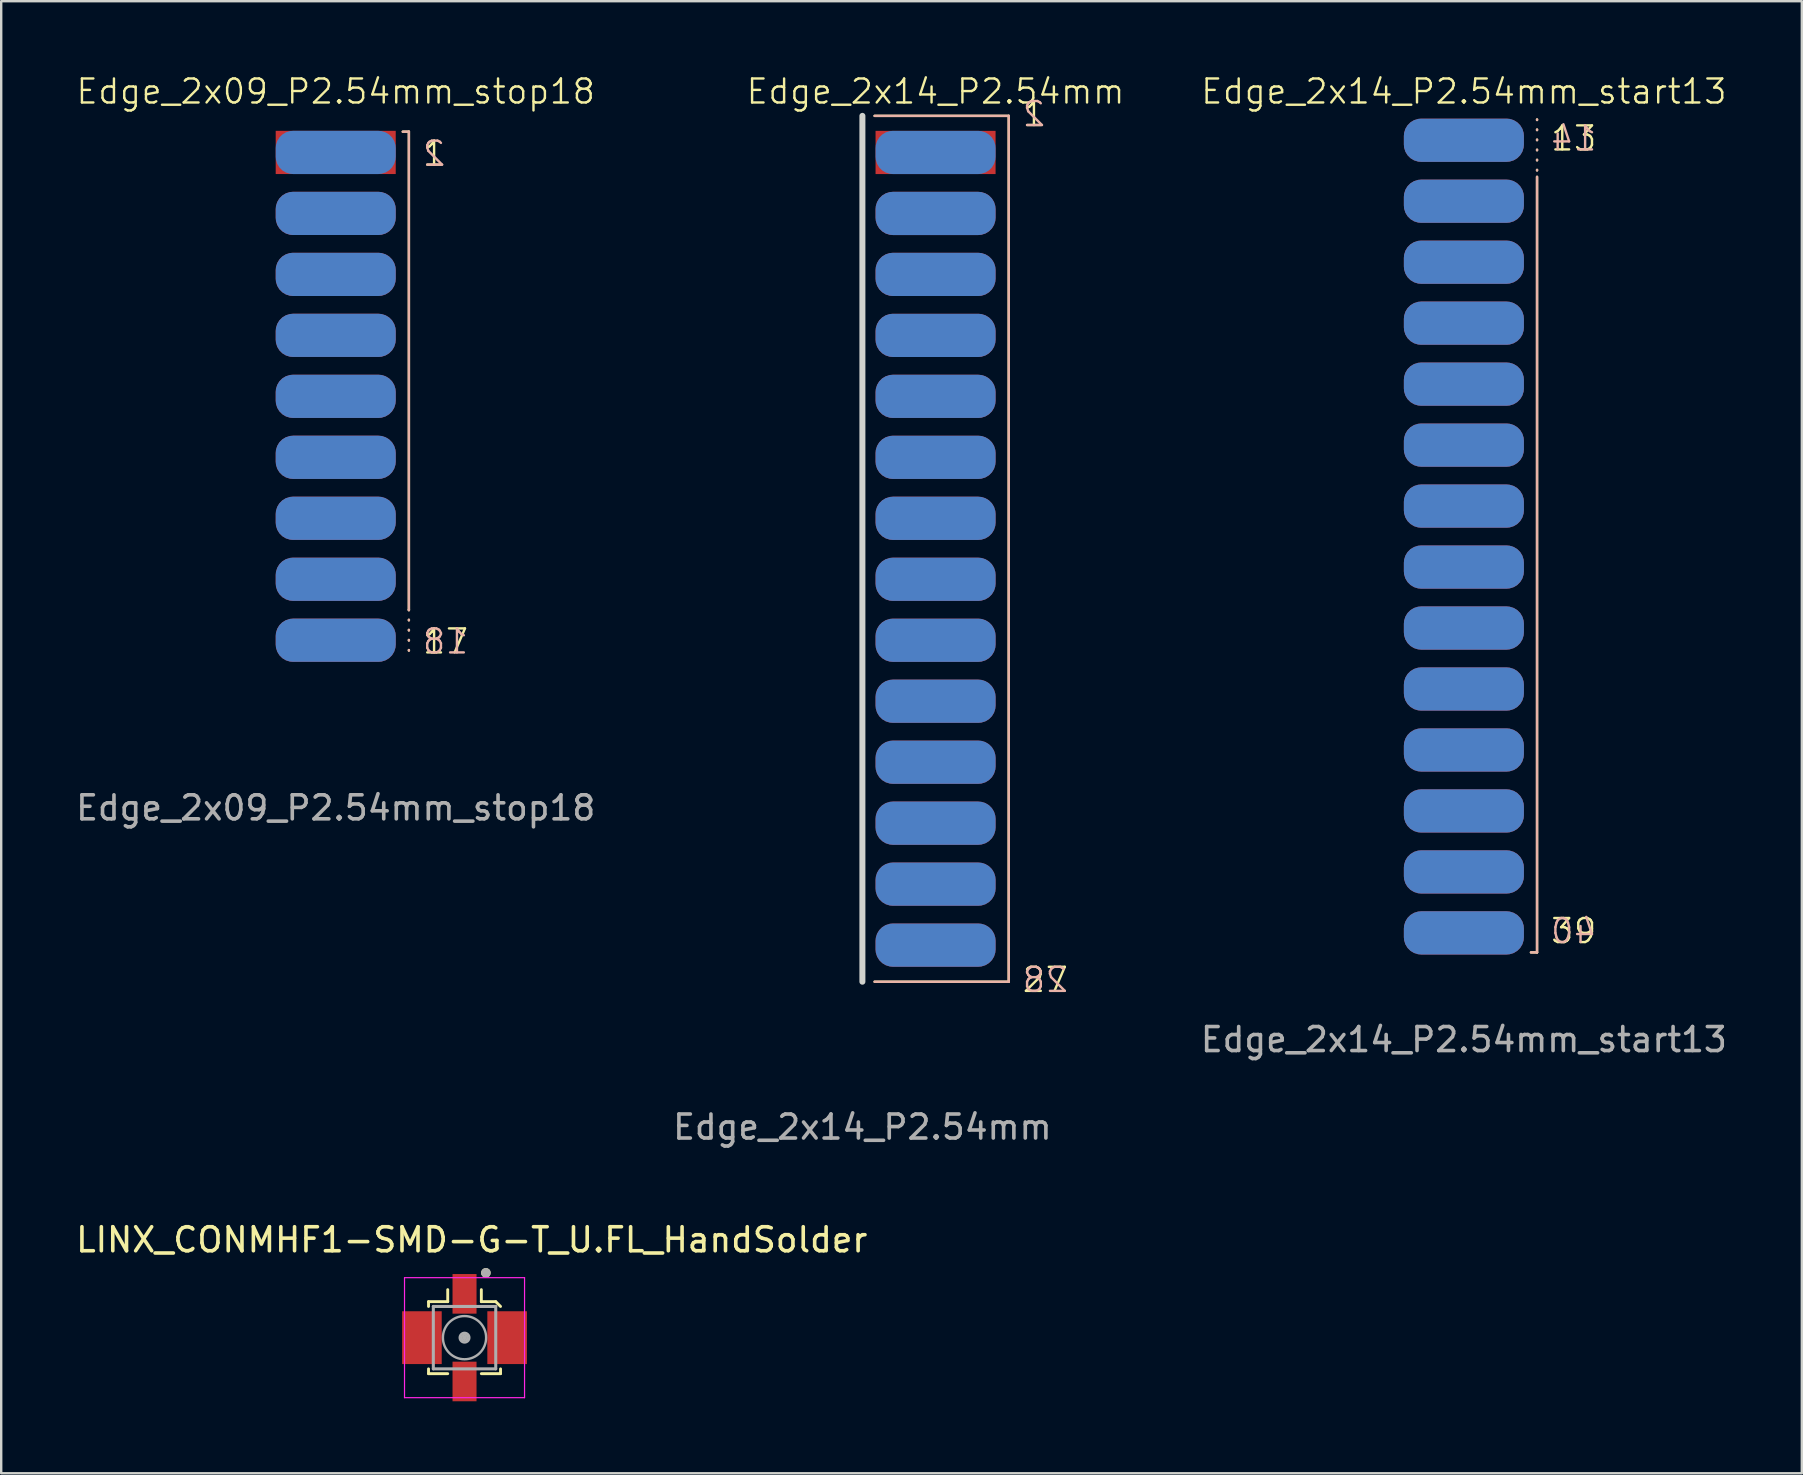
<source format=kicad_pcb>
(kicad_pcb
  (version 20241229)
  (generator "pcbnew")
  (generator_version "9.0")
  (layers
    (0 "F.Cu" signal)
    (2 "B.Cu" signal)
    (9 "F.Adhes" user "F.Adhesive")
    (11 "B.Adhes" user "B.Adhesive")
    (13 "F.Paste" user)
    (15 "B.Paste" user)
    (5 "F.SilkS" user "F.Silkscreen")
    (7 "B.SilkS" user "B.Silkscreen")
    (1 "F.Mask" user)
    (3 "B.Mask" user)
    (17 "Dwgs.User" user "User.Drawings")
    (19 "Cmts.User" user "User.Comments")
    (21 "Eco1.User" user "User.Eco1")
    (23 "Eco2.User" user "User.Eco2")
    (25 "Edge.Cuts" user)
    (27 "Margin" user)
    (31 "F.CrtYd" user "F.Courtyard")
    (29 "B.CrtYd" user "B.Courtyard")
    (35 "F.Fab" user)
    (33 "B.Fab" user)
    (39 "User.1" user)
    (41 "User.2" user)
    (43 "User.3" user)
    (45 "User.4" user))
  (footprint "LINX_CONMHF1-SMD-G-T_U.FL_HandSolder"
    (layer "F.Cu")
    (at 16.301 52.673)
    (property "Reference" "LINX_CONMHF1-SMD-G-T_U.FL_HandSolder" (at 0.3 -4.076 0) (layer "F.SilkS") (effects (font (size 1 1) (thickness 0.15))))
    (attr smd)
    (fp_line (start -1.5 -1.5) (end -0.7 -1.5) (stroke (width 0.12) (type solid)) (layer "F.SilkS"))
    (fp_line (start -1.5 -1.3) (end -1.5 -1.5) (stroke (width 0.12) (type solid)) (layer "F.SilkS"))
    (fp_line (start -1.5 1.5) (end -1.5 1.3) (stroke (width 0.12) (type solid)) (layer "F.SilkS"))
    (fp_line (start -0.7 -1.5) (end -0.7 -2) (stroke (width 0.12) (type solid)) (layer "F.SilkS"))
    (fp_line (start -0.7 1.5) (end -1.5 1.5) (stroke (width 0.12) (type solid)) (layer "F.SilkS"))
    (fp_line (start 0.7 -1.5) (end 0.7 -2) (stroke (width 0.12) (type solid)) (layer "F.SilkS"))
    (fp_line (start 0.7 -1.5) (end 1.3 -1.5) (stroke (width 0.12) (type solid)) (layer "F.SilkS"))
    (fp_line (start 1.3 -1.5) (end 1.5 -1.3) (stroke (width 0.12) (type solid)) (layer "F.SilkS"))
    (fp_line (start 1.5 1.3) (end 1.5 1.5) (stroke (width 0.12) (type solid)) (layer "F.SilkS"))
    (fp_line (start 1.5 1.5) (end 0.7 1.5) (stroke (width 0.12) (type solid)) (layer "F.SilkS"))
    (fp_circle (center 0.889 -2.7) (end 0.989 -2.7) (stroke (width 0.2) (type solid)) (fill no) (layer "F.SilkS"))
    (fp_line (start -2.5 -2.5) (end -2.5 2.5) (stroke (width 0.05) (type solid)) (layer "F.CrtYd"))
    (fp_line (start -2.5 2.5) (end 2.5 2.5) (stroke (width 0.05) (type solid)) (layer "F.CrtYd"))
    (fp_line (start 2.5 -2.5) (end -2.5 -2.5) (stroke (width 0.05) (type solid)) (layer "F.CrtYd"))
    (fp_line (start 2.5 2.5) (end 2.5 -2.5) (stroke (width 0.05) (type solid)) (layer "F.CrtYd"))
    (fp_line (start -1.3 -1.3) (end -1.3 1.3) (stroke (width 0.127) (type solid)) (layer "F.Fab"))
    (fp_line (start -1.3 1.3) (end 1.3 1.3) (stroke (width 0.127) (type solid)) (layer "F.Fab"))
    (fp_line (start 1.3 -1.3) (end -1.3 -1.3) (stroke (width 0.127) (type solid)) (layer "F.Fab"))
    (fp_line (start 1.3 1.3) (end 1.3 -1.3) (stroke (width 0.127) (type solid)) (layer "F.Fab"))
    (fp_circle (center 0 0) (end -0.9 0) (stroke (width 0.1) (type solid)) (fill no) (layer "F.Fab"))
    (fp_circle (center 0 0) (end 0 -0.2) (stroke (width 0.1) (type solid)) (fill no) (layer "F.Fab"))
    (fp_circle (center 0 0) (end 0 -0.125) (stroke (width 0.1) (type solid)) (fill no) (layer "F.Fab"))
    (fp_circle (center 0 0) (end 0 -0.05) (stroke (width 0.1) (type solid)) (fill no) (layer "F.Fab"))
    (fp_circle (center 0.889 -2.7) (end 0.989 -2.7) (stroke (width 0.2) (type solid)) (fill no) (layer "F.Fab"))
    (pad "1" smd rect (at 0 -1.525) (size 1 1.65) (drill (offset 0 -0.3)) (layers "F.Cu" "F.Mask" "F.Paste"))
    (pad "2" smd rect (at -1.475 0) (size 1.65 2.2) (drill (offset -0.3 0)) (layers "F.Cu" "F.Mask" "F.Paste"))
    (pad "2" smd rect (at 0 1.525) (size 1 1.65) (drill (offset 0 0.3)) (layers "F.Cu" "F.Mask" "F.Paste"))
    (pad "2" smd rect (at 1.475 0) (size 1.65 2.2) (drill (offset 0.3 0)) (layers "F.Cu" "F.Mask" "F.Paste"))
    (zone (net_name "") (layer "F.Cu") (hatch full 0.508) (connect_pads) (min_thickness 0.01) (filled_areas_thickness no) (keepout (tracks not_allowed) (vias not_allowed) (pads not_allowed) (copperpour not_allowed) (footprints allowed)) (placement (enabled no)) (fill) (polygon (pts (xy 15.351 51.673) (xy 17.251 51.673) (xy 17.251 53.673) (xy 15.351 53.673))))
    (zone (net_name "") (layers "F.Cu" "B.Cu") (hatch full 0.508) (connect_pads) (min_thickness 0.01) (filled_areas_thickness no) (keepout (tracks allowed) (vias not_allowed) (pads allowed) (copperpour allowed) (footprints allowed)) (placement (enabled no)) (fill) (polygon (pts (xy 15.351 51.673) (xy 17.251 51.673) (xy 17.251 53.673) (xy 15.351 53.673))))
    (zone (net_name "") (layer "B.Cu") (hatch full 0.508) (connect_pads) (min_thickness 0.01) (filled_areas_thickness no) (keepout (tracks not_allowed) (vias not_allowed) (pads not_allowed) (copperpour not_allowed) (footprints allowed)) (placement (enabled no)) (fill) (polygon (pts (xy 15.351 51.673) (xy 17.251 51.673) (xy 17.251 53.673) (xy 15.351 53.673)))))
  (footprint "Edge_2x14_P2.54mm_start13"
    (layer "F.Cu")
    (at 57.931 2.792)
    (property "Reference" "Edge_2x14_P2.54mm_start13" (at 0 -2.032 0) (unlocked yes) (layer "F.SilkS") (effects (font (size 1 1) (thickness 0.1))))
    (fp_line (start 3.048 -0.864) (end 3.048 1.524) (stroke (width 0.1) (type dot)) (layer "F.SilkS"))
    (fp_line (start 3.048 1.524) (end 3.048 33.833) (stroke (width 0.1) (type default)) (layer "F.SilkS"))
    (fp_line (start 3.048 33.833) (end 2.794 33.833) (stroke (width 0.1) (type default)) (layer "F.SilkS"))
    (fp_line (start 3.048 -0.864) (end 3.048 1.524) (stroke (width 0.1) (type dot)) (layer "B.SilkS"))
    (fp_line (start 3.048 1.524) (end 3.048 33.833) (stroke (width 0.1) (type default)) (layer "B.SilkS"))
    (fp_line (start 3.048 33.833) (end 2.794 33.833) (stroke (width 0.1) (type default)) (layer "B.SilkS"))
    (fp_text user "39" (at 3.556 33.528 0) (unlocked yes) (layer "F.SilkS") (effects (font (size 1 1) (thickness 0.1)) (justify left bottom)))
    (fp_text user "13" (at 3.556 0.508 0) (unlocked yes) (layer "F.SilkS") (effects (font (size 1 1) (thickness 0.1)) (justify left bottom)))
    (fp_text user "14" (at 3.556 0.508 0) (unlocked yes) (layer "B.SilkS") (effects (font (size 1 1) (thickness 0.1)) (justify right bottom mirror)))
    (fp_text user "40" (at 3.556 33.528 0) (unlocked yes) (layer "B.SilkS") (effects (font (size 1 1) (thickness 0.1)) (justify right bottom mirror)))
    (fp_text user "${REFERENCE}" (at 0 37.465 0) (unlocked yes) (layer "F.Fab") (effects (font (size 1 1) (thickness 0.15))))
    (pad "13" connect roundrect (at 0 0) (size 5 1.8) (layers "F.Cu" "F.Mask") (roundrect_rratio 0.4))
    (pad "14" connect roundrect (at 0 0) (size 5 1.8) (layers "B.Cu" "B.Mask") (roundrect_rratio 0.4))
    (pad "15" connect roundrect (at 0 2.54) (size 5 1.8) (layers "F.Cu" "F.Mask") (roundrect_rratio 0.4))
    (pad "16" connect roundrect (at 0 2.54) (size 5 1.8) (layers "B.Cu" "B.Mask") (roundrect_rratio 0.4))
    (pad "17" connect roundrect (at 0 5.08) (size 5 1.8) (layers "F.Cu" "F.Mask") (roundrect_rratio 0.4))
    (pad "18" connect roundrect (at 0 5.08) (size 5 1.8) (layers "B.Cu" "B.Mask") (roundrect_rratio 0.4))
    (pad "19" connect roundrect (at 0 7.62) (size 5 1.8) (layers "F.Cu" "F.Mask") (roundrect_rratio 0.4))
    (pad "20" connect roundrect (at 0 7.62) (size 5 1.8) (layers "B.Cu" "B.Mask") (roundrect_rratio 0.4))
    (pad "21" connect roundrect (at 0 10.16) (size 5 1.8) (layers "F.Cu" "F.Mask") (roundrect_rratio 0.4))
    (pad "22" connect roundrect (at 0 10.16) (size 5 1.8) (layers "B.Cu" "B.Mask") (roundrect_rratio 0.4))
    (pad "23" connect roundrect (at 0 12.7) (size 5 1.8) (layers "F.Cu" "F.Mask") (roundrect_rratio 0.4))
    (pad "24" connect roundrect (at 0 12.7) (size 5 1.8) (layers "B.Cu" "B.Mask") (roundrect_rratio 0.4))
    (pad "25" connect roundrect (at 0 15.24) (size 5 1.8) (layers "F.Cu" "F.Mask") (roundrect_rratio 0.4))
    (pad "26" connect roundrect (at 0 15.24) (size 5 1.8) (layers "B.Cu" "B.Mask") (roundrect_rratio 0.4))
    (pad "27" connect roundrect (at 0 17.78) (size 5 1.8) (layers "F.Cu" "F.Mask") (roundrect_rratio 0.4))
    (pad "28" connect roundrect (at 0 17.78) (size 5 1.8) (layers "B.Cu" "B.Mask") (roundrect_rratio 0.4))
    (pad "29" connect roundrect (at 0 20.32) (size 5 1.8) (layers "F.Cu" "F.Mask") (roundrect_rratio 0.4))
    (pad "30" connect roundrect (at 0 20.32) (size 5 1.8) (layers "B.Cu" "B.Mask") (roundrect_rratio 0.4))
    (pad "31" connect roundrect (at 0 22.86) (size 5 1.8) (layers "F.Cu" "F.Mask") (roundrect_rratio 0.4))
    (pad "32" connect roundrect (at 0 22.86) (size 5 1.8) (layers "B.Cu" "B.Mask") (roundrect_rratio 0.4))
    (pad "33" connect roundrect (at 0 25.4) (size 5 1.8) (layers "F.Cu" "F.Mask") (roundrect_rratio 0.4))
    (pad "34" connect roundrect (at 0 25.4) (size 5 1.8) (layers "B.Cu" "B.Mask") (roundrect_rratio 0.4))
    (pad "35" connect roundrect (at 0 27.94) (size 5 1.8) (layers "F.Cu" "F.Mask") (roundrect_rratio 0.4))
    (pad "36" connect roundrect (at 0 27.94) (size 5 1.8) (layers "B.Cu" "B.Mask") (roundrect_rratio 0.4))
    (pad "37" connect roundrect (at 0 30.48) (size 5 1.8) (layers "F.Cu" "F.Mask") (roundrect_rratio 0.4))
    (pad "38" connect roundrect (at 0 30.48) (size 5 1.8) (layers "B.Cu" "B.Mask") (roundrect_rratio 0.4))
    (pad "39" connect roundrect (at 0 33.02) (size 5 1.8) (layers "F.Cu" "F.Mask") (roundrect_rratio 0.4))
    (pad "40" connect roundrect (at 0 33.02) (size 5 1.8) (layers "B.Cu" "B.Mask") (roundrect_rratio 0.4)))
  (footprint "Edge_2x14_P2.54mm"
    (layer "F.Cu")
    (at 32.875 41.401)
    (property "Reference" "Edge_2x14_P2.54mm" (at 3.048 -40.64 0) (unlocked yes) (layer "F.SilkS") (effects (font (size 1 1) (thickness 0.1))))
    (fp_line (start 0.508 -39.624) (end 6.096 -39.624) (stroke (width 0.1) (type default)) (layer "F.SilkS"))
    (fp_line (start 6.096 -39.624) (end 6.096 -3.556) (stroke (width 0.1) (type default)) (layer "F.SilkS"))
    (fp_line (start 6.096 -3.556) (end 0.508 -3.556) (stroke (width 0.1) (type default)) (layer "F.SilkS"))
    (fp_line (start 0.508 -39.624) (end 6.096 -39.624) (stroke (width 0.1) (type default)) (layer "B.SilkS"))
    (fp_line (start 6.096 -39.624) (end 6.096 -3.556) (stroke (width 0.1) (type default)) (layer "B.SilkS"))
    (fp_line (start 6.096 -3.556) (end 0.508 -3.556) (stroke (width 0.1) (type default)) (layer "B.SilkS"))
    (fp_line (start 0 -39.624) (end 0 -3.556) (stroke (width 0.25) (type default)) (layer "Edge.Cuts"))
    (fp_text user "27" (at 6.604 -3.048 0) (unlocked yes) (layer "F.SilkS") (effects (font (size 1 1) (thickness 0.1)) (justify left bottom)))
    (fp_text user "1" (at 6.604 -39.116 0) (unlocked yes) (layer "F.SilkS") (effects (font (size 1 1) (thickness 0.1)) (justify left bottom)))
    (fp_text user "28" (at 6.604 -3.048 0) (unlocked yes) (layer "B.SilkS") (effects (font (size 1 1) (thickness 0.1)) (justify right bottom mirror)))
    (fp_text user "2" (at 6.604 -39.116 0) (unlocked yes) (layer "B.SilkS") (effects (font (size 1 1) (thickness 0.1)) (justify right bottom mirror)))
    (fp_text user "${REFERENCE}" (at 0 2.5 0) (unlocked yes) (layer "F.Fab") (effects (font (size 1 1) (thickness 0.15))))
    (pad "1" connect rect (at 3.048 -38.1) (size 5 1.8) (layers "F.Cu" "F.Mask"))
    (pad "2" connect roundrect (at 3.048 -38.1) (size 5 1.8) (layers "B.Cu" "B.Mask") (roundrect_rratio 0.4))
    (pad "3" connect roundrect (at 3.048 -35.56) (size 5 1.8) (layers "F.Cu" "F.Mask") (roundrect_rratio 0.4))
    (pad "4" connect roundrect (at 3.048 -35.56) (size 5 1.8) (layers "B.Cu" "B.Mask") (roundrect_rratio 0.4))
    (pad "5" connect roundrect (at 3.048 -33.02) (size 5 1.8) (layers "F.Cu" "F.Mask") (roundrect_rratio 0.4))
    (pad "6" connect roundrect (at 3.048 -33.02) (size 5 1.8) (layers "B.Cu" "B.Mask") (roundrect_rratio 0.4))
    (pad "7" connect roundrect (at 3.048 -30.48) (size 5 1.8) (layers "F.Cu" "F.Mask") (roundrect_rratio 0.4))
    (pad "8" connect roundrect (at 3.048 -30.48) (size 5 1.8) (layers "B.Cu" "B.Mask") (roundrect_rratio 0.4))
    (pad "9" connect roundrect (at 3.048 -27.94) (size 5 1.8) (layers "F.Cu" "F.Mask") (roundrect_rratio 0.4))
    (pad "10" connect roundrect (at 3.048 -27.94) (size 5 1.8) (layers "B.Cu" "B.Mask") (roundrect_rratio 0.4))
    (pad "11" connect roundrect (at 3.048 -25.4) (size 5 1.8) (layers "F.Cu" "F.Mask") (roundrect_rratio 0.4))
    (pad "12" connect roundrect (at 3.048 -25.4) (size 5 1.8) (layers "B.Cu" "B.Mask") (roundrect_rratio 0.4))
    (pad "13" connect roundrect (at 3.048 -22.86) (size 5 1.8) (layers "F.Cu" "F.Mask") (roundrect_rratio 0.4))
    (pad "14" connect roundrect (at 3.048 -22.86) (size 5 1.8) (layers "B.Cu" "B.Mask") (roundrect_rratio 0.4))
    (pad "15" connect roundrect (at 3.048 -20.32) (size 5 1.8) (layers "F.Cu" "F.Mask") (roundrect_rratio 0.4))
    (pad "16" connect roundrect (at 3.048 -20.32) (size 5 1.8) (layers "B.Cu" "B.Mask") (roundrect_rratio 0.4))
    (pad "17" connect roundrect (at 3.048 -17.78) (size 5 1.8) (layers "F.Cu" "F.Mask") (roundrect_rratio 0.4))
    (pad "18" connect roundrect (at 3.048 -17.78) (size 5 1.8) (layers "B.Cu" "B.Mask") (roundrect_rratio 0.4))
    (pad "19" connect roundrect (at 3.048 -15.24) (size 5 1.8) (layers "F.Cu" "F.Mask") (roundrect_rratio 0.4))
    (pad "20" connect roundrect (at 3.048 -15.24) (size 5 1.8) (layers "B.Cu" "B.Mask") (roundrect_rratio 0.4))
    (pad "21" connect roundrect (at 3.048 -12.7) (size 5 1.8) (layers "F.Cu" "F.Mask") (roundrect_rratio 0.4))
    (pad "22" connect roundrect (at 3.048 -12.7) (size 5 1.8) (layers "B.Cu" "B.Mask") (roundrect_rratio 0.4))
    (pad "23" connect roundrect (at 3.048 -10.16) (size 5 1.8) (layers "F.Cu" "F.Mask") (roundrect_rratio 0.4))
    (pad "24" connect roundrect (at 3.048 -10.16) (size 5 1.8) (layers "B.Cu" "B.Mask") (roundrect_rratio 0.4))
    (pad "25" connect roundrect (at 3.048 -7.62) (size 5 1.8) (layers "F.Cu" "F.Mask") (roundrect_rratio 0.4))
    (pad "26" connect roundrect (at 3.048 -7.62) (size 5 1.8) (layers "B.Cu" "B.Mask") (roundrect_rratio 0.4))
    (pad "27" connect roundrect (at 3.048 -5.08) (size 5 1.8) (layers "F.Cu" "F.Mask") (roundrect_rratio 0.4))
    (pad "28" connect roundrect (at 3.048 -5.08) (size 5 1.8) (layers "B.Cu" "B.Mask") (roundrect_rratio 0.4)))
  (footprint "Edge_2x09_P2.54mm_stop18"
    (layer "F.Cu")
    (at 10.935 3.3)
    (property "Reference" "Edge_2x09_P2.54mm_stop18" (at 0 -2.54 0) (unlocked yes) (layer "F.SilkS") (effects (font (size 1 1) (thickness 0.1))))
    (fp_line (start 2.794 -0.864) (end 3.048 -0.864) (stroke (width 0.1) (type default)) (layer "F.SilkS"))
    (fp_line (start 3.048 -0.864) (end 3.048 19.05) (stroke (width 0.1) (type default)) (layer "F.SilkS"))
    (fp_line (start 3.048 19.05) (end 3.048 21.082) (stroke (width 0.1) (type dot)) (layer "F.SilkS"))
    (fp_line (start 2.794 -0.864) (end 3.048 -0.864) (stroke (width 0.1) (type default)) (layer "B.SilkS"))
    (fp_line (start 3.048 -0.864) (end 3.048 19.05) (stroke (width 0.1) (type default)) (layer "B.SilkS"))
    (fp_line (start 3.048 19.05) (end 3.048 21.082) (stroke (width 0.1) (type dot)) (layer "B.SilkS"))
    (fp_text user "1" (at 3.556 0.635 0) (unlocked yes) (layer "F.SilkS") (effects (font (size 1 1) (thickness 0.1)) (justify left bottom)))
    (fp_text user "17" (at 3.556 20.955 0) (unlocked yes) (layer "F.SilkS") (effects (font (size 1 1) (thickness 0.1)) (justify left bottom)))
    (fp_text user "18" (at 3.556 20.955 0) (unlocked yes) (layer "B.SilkS") (effects (font (size 1 1) (thickness 0.1)) (justify right bottom mirror)))
    (fp_text user "2" (at 3.556 0.635 0) (unlocked yes) (layer "B.SilkS") (effects (font (size 1 1) (thickness 0.1)) (justify right bottom mirror)))
    (fp_text user "${REFERENCE}" (at 0 27.305 0) (unlocked yes) (layer "F.Fab") (effects (font (size 1 1) (thickness 0.15))))
    (pad "1" connect rect (at 0 0) (size 5 1.8) (layers "F.Cu" "F.Mask"))
    (pad "2" connect roundrect (at 0 0) (size 5 1.8) (layers "B.Cu" "B.Mask") (roundrect_rratio 0.4))
    (pad "3" connect roundrect (at 0 2.54) (size 5 1.8) (layers "F.Cu" "F.Mask") (roundrect_rratio 0.4))
    (pad "4" connect roundrect (at 0 2.54) (size 5 1.8) (layers "B.Cu" "B.Mask") (roundrect_rratio 0.4))
    (pad "5" connect roundrect (at 0 5.08) (size 5 1.8) (layers "F.Cu" "F.Mask") (roundrect_rratio 0.4))
    (pad "6" connect roundrect (at 0 5.08) (size 5 1.8) (layers "B.Cu" "B.Mask") (roundrect_rratio 0.4))
    (pad "7" connect roundrect (at 0 7.62) (size 5 1.8) (layers "F.Cu" "F.Mask") (roundrect_rratio 0.4))
    (pad "8" connect roundrect (at 0 7.62) (size 5 1.8) (layers "B.Cu" "B.Mask") (roundrect_rratio 0.4))
    (pad "9" connect roundrect (at 0 10.16) (size 5 1.8) (layers "F.Cu" "F.Mask") (roundrect_rratio 0.4))
    (pad "10" connect roundrect (at 0 10.16) (size 5 1.8) (layers "B.Cu" "B.Mask") (roundrect_rratio 0.4))
    (pad "11" connect roundrect (at 0 12.7) (size 5 1.8) (layers "F.Cu" "F.Mask") (roundrect_rratio 0.4))
    (pad "12" connect roundrect (at 0 12.7) (size 5 1.8) (layers "B.Cu" "B.Mask") (roundrect_rratio 0.4))
    (pad "13" connect roundrect (at 0 15.24) (size 5 1.8) (layers "F.Cu" "F.Mask") (roundrect_rratio 0.4))
    (pad "14" connect roundrect (at 0 15.24) (size 5 1.8) (layers "B.Cu" "B.Mask") (roundrect_rratio 0.4))
    (pad "15" connect roundrect (at 0 17.78) (size 5 1.8) (layers "F.Cu" "F.Mask") (roundrect_rratio 0.4))
    (pad "16" connect roundrect (at 0 17.78) (size 5 1.8) (layers "B.Cu" "B.Mask") (roundrect_rratio 0.4))
    (pad "17" connect roundrect (at 0 20.32) (size 5 1.8) (layers "F.Cu" "F.Mask") (roundrect_rratio 0.4))
    (pad "18" connect roundrect (at 0 20.32) (size 5 1.8) (layers "B.Cu" "B.Mask") (roundrect_rratio 0.4)))
  (gr_rect
    (start -3 -3)
    (end 72.009 58.323)
    (stroke (width 0.1) (type default))
    (fill no)
    (layer "Edge.Cuts")))
</source>
